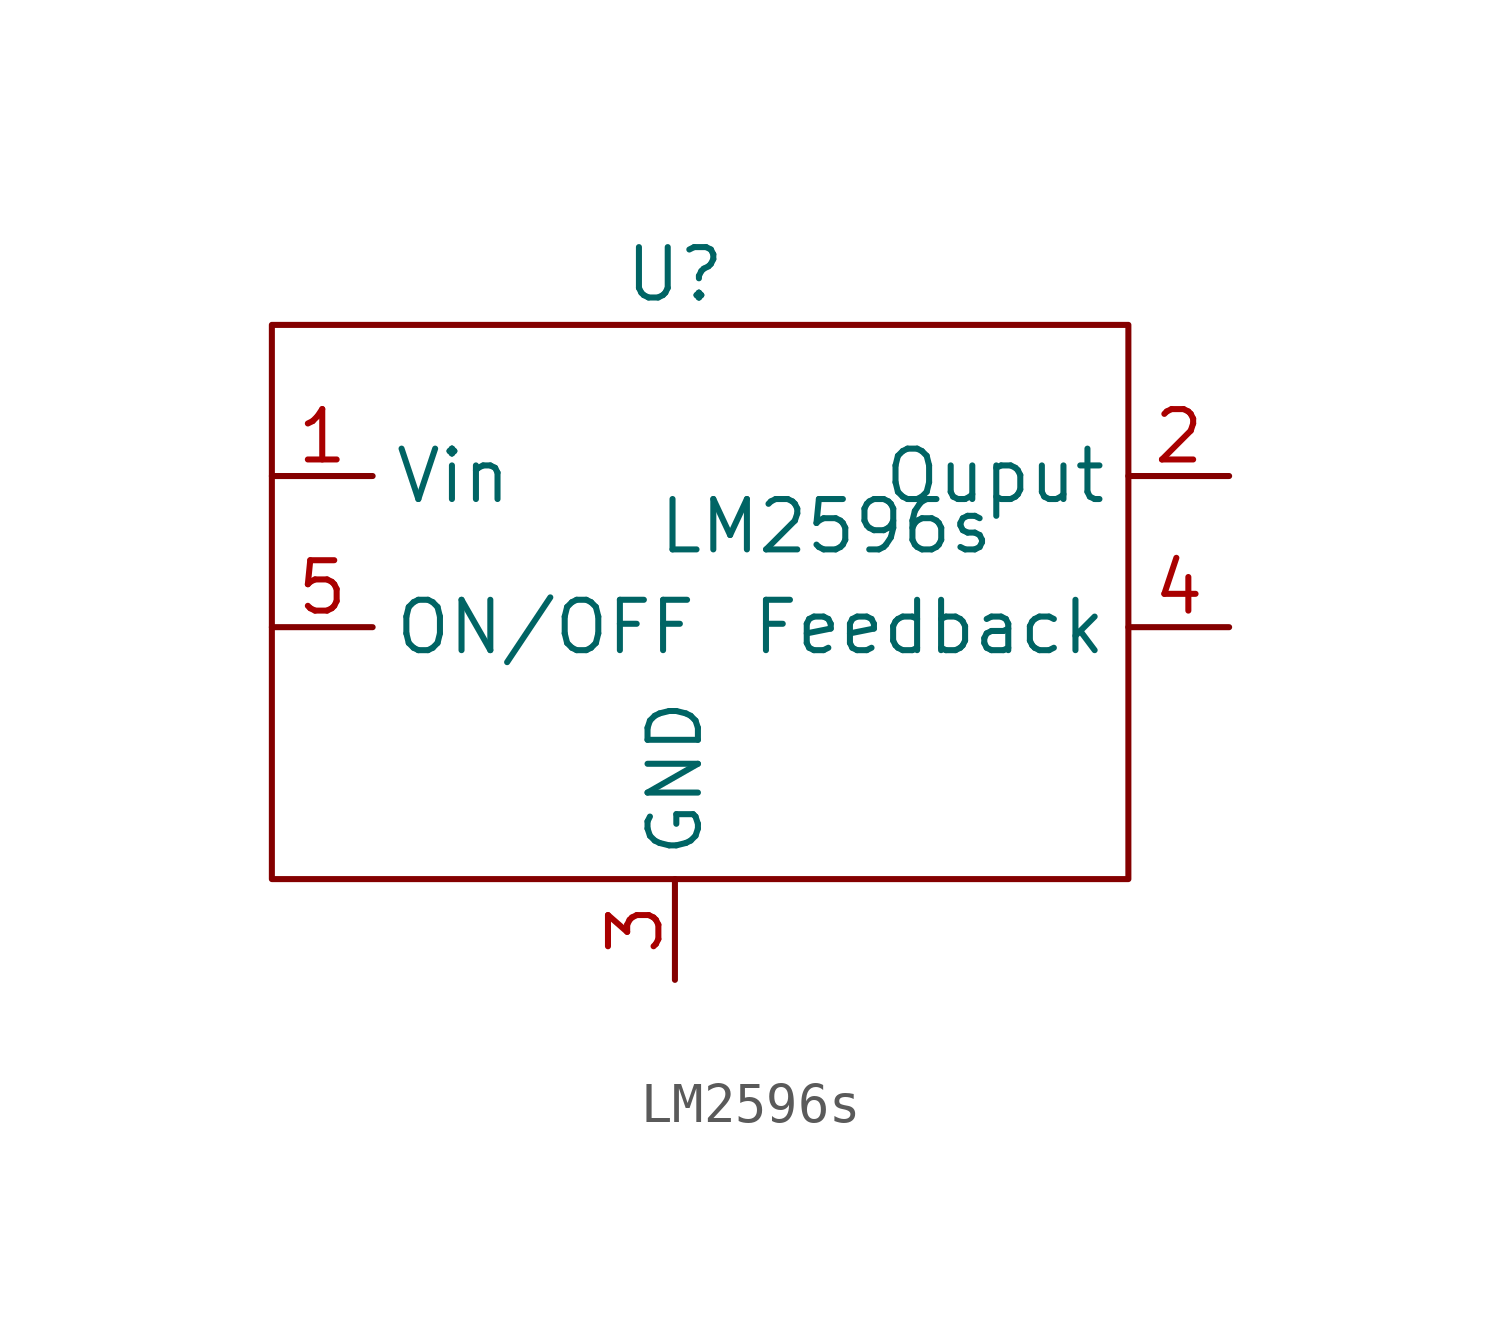
<source format=kicad_sym>
(kicad_symbol_lib
  (version 20220914)
  (generator kicad_symbol_editor)
  (symbol "LM2596s"
    (property "Reference" "U"
      (at -3.81 6.35 0)
      (effects (font (size 1.27 1.27))))
    (property "Value" "LM2596s"
      (at 0 0 0)
      (effects (font (size 1.27 1.27))))
    (symbol "LM2596s_0_1"
      (rectangle (start -13.97 5.08) (end 7.62 -8.89) (stroke (width 0) (type default)) (fill (type none))))
    (symbol "LM2596s_1_1"
      (pin power_in line (at -13.97 1.27 0) (length 2.54) (name "Vin" (effects (font (size 1.27 1.27)))) (number "1" (effects (font (size 1.27 1.27)))))
      (pin power_out line (at 10.16 1.27 180) (length 2.54) (name "Ouput" (effects (font (size 1.27 1.27)))) (number "2" (effects (font (size 1.27 1.27)))))
      (pin input line (at -3.81 -11.43 90) (length 2.54) (name "GND" (effects (font (size 1.27 1.27)))) (number "3" (effects (font (size 1.27 1.27)))))
      (pin input line (at 10.16 -2.54 180) (length 2.54) (name "Feedback" (effects (font (size 1.27 1.27)))) (number "4" (effects (font (size 1.27 1.27)))))
      (pin input line (at -13.97 -2.54 0) (length 2.54) (name "ON/OFF" (effects (font (size 1.27 1.27)))) (number "5" (effects (font (size 1.27 1.27))))))))
</source>
